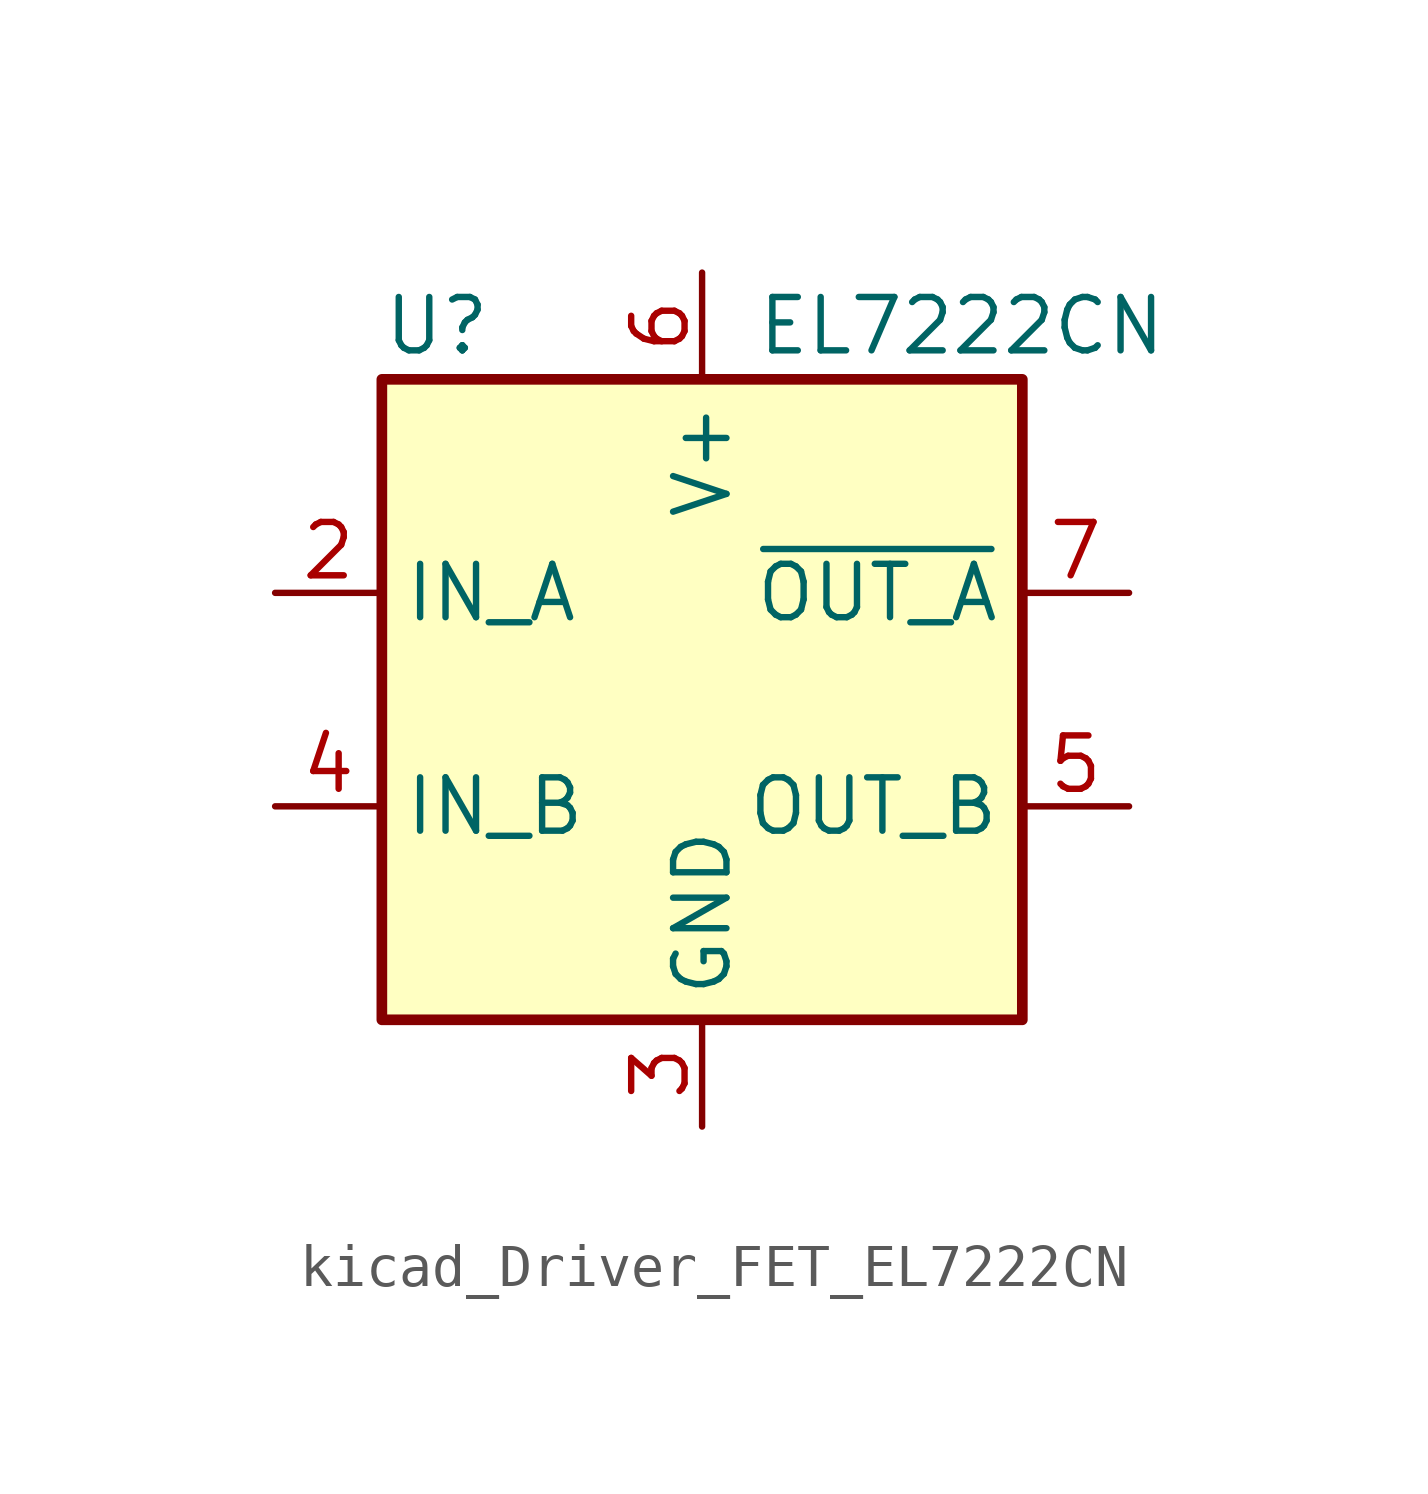
<source format=kicad_sym>
(kicad_symbol_lib
  (version 20220914)
  (generator kicad_symbol_editor)
  (symbol "kicad_Driver_FET_EL7222CN"
    (property "Reference" "U"
      (at -7.62 8.89 0)
      (effects (font (size 1.27 1.27)) (justify left)))
    (property "Value" "EL7222CN"
      (at 1.27 8.89 0)
      (effects (font (size 1.27 1.27)) (justify left)))
    (symbol "kicad_Driver_FET_EL7222CN_0_1"
      (rectangle (start -7.62 -7.62) (end 7.62 7.62) (stroke (width 0.254) (type default)) (fill (type background))))
    (symbol "kicad_Driver_FET_EL7222CN_1_1"
      (pin no_connect line (at -7.62 0 0) (length 2.54) hide (name "NC" (effects (font (size 1.27 1.27)))) (number "1" (effects (font (size 1.27 1.27)))))
      (pin input line (at -10.16 2.54 0) (length 2.54) (name "IN_A" (effects (font (size 1.27 1.27)))) (number "2" (effects (font (size 1.27 1.27)))))
      (pin power_in line (at 0 -10.16 90) (length 2.54) (name "GND" (effects (font (size 1.27 1.27)))) (number "3" (effects (font (size 1.27 1.27)))))
      (pin input line (at -10.16 -2.54 0) (length 2.54) (name "IN_B" (effects (font (size 1.27 1.27)))) (number "4" (effects (font (size 1.27 1.27)))))
      (pin output line (at 10.16 -2.54 180) (length 2.54) (name "OUT_B" (effects (font (size 1.27 1.27)))) (number "5" (effects (font (size 1.27 1.27)))))
      (pin power_in line (at 0 10.16 270) (length 2.54) (name "V+" (effects (font (size 1.27 1.27)))) (number "6" (effects (font (size 1.27 1.27)))))
      (pin output line (at 10.16 2.54 180) (length 2.54) (name "~{OUT_A}" (effects (font (size 1.27 1.27)))) (number "7" (effects (font (size 1.27 1.27)))))
      (pin no_connect line (at 7.62 0 180) (length 2.54) hide (name "NC" (effects (font (size 1.27 1.27)))) (number "8" (effects (font (size 1.27 1.27))))))))
</source>
